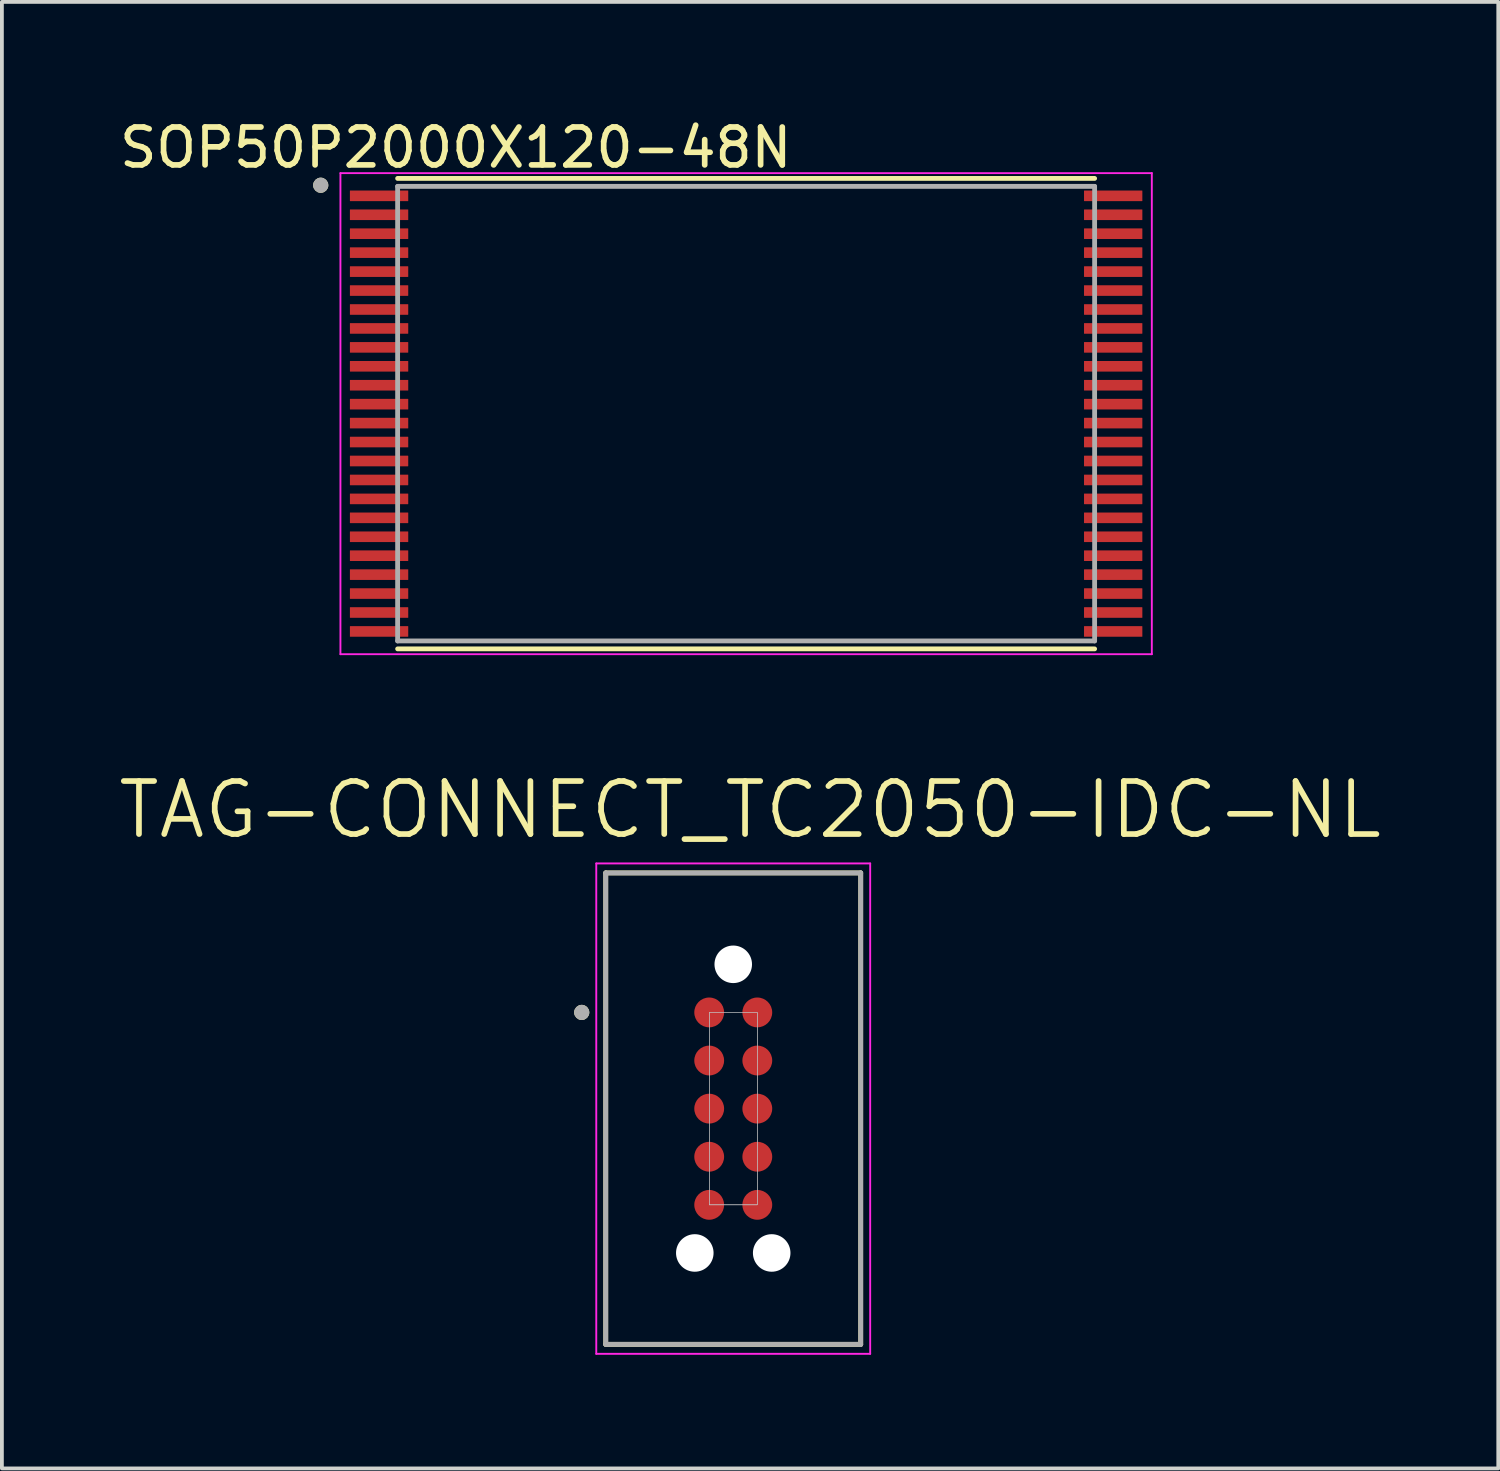
<source format=kicad_pcb>
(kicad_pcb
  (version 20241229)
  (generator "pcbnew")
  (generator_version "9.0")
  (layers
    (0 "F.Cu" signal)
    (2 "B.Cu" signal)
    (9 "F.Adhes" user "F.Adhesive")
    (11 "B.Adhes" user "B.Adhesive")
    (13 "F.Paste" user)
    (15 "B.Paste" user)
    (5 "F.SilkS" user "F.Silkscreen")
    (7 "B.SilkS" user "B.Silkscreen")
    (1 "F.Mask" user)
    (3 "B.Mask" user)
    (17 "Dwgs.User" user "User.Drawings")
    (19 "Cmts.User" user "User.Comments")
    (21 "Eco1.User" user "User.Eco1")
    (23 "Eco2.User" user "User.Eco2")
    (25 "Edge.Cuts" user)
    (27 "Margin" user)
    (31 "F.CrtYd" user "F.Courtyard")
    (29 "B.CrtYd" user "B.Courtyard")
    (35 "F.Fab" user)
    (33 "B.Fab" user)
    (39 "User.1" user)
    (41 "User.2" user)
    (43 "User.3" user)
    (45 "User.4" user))
  (footprint "TAG-CONNECT_TC2050-IDC-NL"
    (layer "F.Cu")
    (at 15.672 23.677)
    (property "Reference" "TAG-CONNECT_TC2050-IDC-NL" (at 1.08 -5.349 0) (layer "F.SilkS") (effects (font (size 1.4 1.4) (thickness 0.15))))
    (attr smd)
    (fp_line (start -2.731 -3.683) (end 4 -3.683) (stroke (width 0.127) (type solid)) (layer "F.SilkS"))
    (fp_line (start -2.731 8.763) (end -2.731 -3.683) (stroke (width 0.127) (type solid)) (layer "F.SilkS"))
    (fp_line (start 4 -3.683) (end 4 8.763) (stroke (width 0.127) (type solid)) (layer "F.SilkS"))
    (fp_line (start 4 8.763) (end -2.731 8.763) (stroke (width 0.127) (type solid)) (layer "F.SilkS"))
    (fp_circle (center -3.365 0) (end -3.265 0) (stroke (width 0.2) (type solid)) (fill no) (layer "F.SilkS"))
    (fp_poly (pts (xy 0 0) (xy 1.27 0) (xy 1.27 5.08) (xy 0 5.08)) (stroke (width 0.01) (type solid)) (fill no) (layer "Dwgs.User"))
    (fp_poly (pts (xy 0 0) (xy 1.27 0) (xy 1.27 5.08) (xy 0 5.08)) (stroke (width 0.01) (type solid)) (fill no) (layer "Dwgs.User"))
    (fp_poly (pts (xy 0 0) (xy 1.27 0) (xy 1.27 5.08) (xy 0 5.08)) (stroke (width 0.01) (type solid)) (fill no) (layer "Dwgs.User"))
    (fp_line (start -2.981 -3.933) (end 4.25 -3.933) (stroke (width 0.05) (type solid)) (layer "F.CrtYd"))
    (fp_line (start -2.981 9.013) (end -2.981 -3.933) (stroke (width 0.05) (type solid)) (layer "F.CrtYd"))
    (fp_line (start 4.25 -3.933) (end 4.25 9.013) (stroke (width 0.05) (type solid)) (layer "F.CrtYd"))
    (fp_line (start 4.25 9.013) (end -2.981 9.013) (stroke (width 0.05) (type solid)) (layer "F.CrtYd"))
    (fp_line (start -2.731 -3.683) (end 4 -3.683) (stroke (width 0.127) (type solid)) (layer "F.Fab"))
    (fp_line (start -2.731 8.763) (end -2.731 -3.683) (stroke (width 0.127) (type solid)) (layer "F.Fab"))
    (fp_line (start 4 -3.683) (end 4 8.763) (stroke (width 0.127) (type solid)) (layer "F.Fab"))
    (fp_line (start 4 8.763) (end -2.731 8.763) (stroke (width 0.127) (type solid)) (layer "F.Fab"))
    (fp_circle (center -3.365 0) (end -3.265 0) (stroke (width 0.2) (type solid)) (fill no) (layer "F.Fab"))
    (pad "" np_thru_hole circle (at -0.38 6.35) (size 0.991 0.991) (drill 0.991) (layers "*.Cu" "*.Mask"))
    (pad "" np_thru_hole circle (at 0.635 -1.27) (size 0.991 0.991) (drill 0.991) (layers "*.Cu" "*.Mask"))
    (pad "" np_thru_hole circle (at 1.65 6.35) (size 0.991 0.991) (drill 0.991) (layers "*.Cu" "*.Mask"))
    (pad "1" smd circle (at 0 0 270) (size 0.787 0.787) (layers "F.Cu" "F.Mask"))
    (pad "2" smd circle (at 1.27 0 90) (size 0.787 0.787) (layers "F.Cu" "F.Mask"))
    (pad "3" smd circle (at 0 1.27 270) (size 0.787 0.787) (layers "F.Cu" "F.Mask"))
    (pad "4" smd circle (at 1.27 1.27 90) (size 0.787 0.787) (layers "F.Cu" "F.Mask"))
    (pad "5" smd circle (at 0 2.54 270) (size 0.787 0.787) (layers "F.Cu" "F.Mask"))
    (pad "6" smd circle (at 1.27 2.54 90) (size 0.787 0.787) (layers "F.Cu" "F.Mask"))
    (pad "7" smd circle (at 0 3.81 270) (size 0.787 0.787) (layers "F.Cu" "F.Mask"))
    (pad "8" smd circle (at 1.27 3.81 90) (size 0.787 0.787) (layers "F.Cu" "F.Mask"))
    (pad "9" smd circle (at 0 5.08 270) (size 0.787 0.787) (layers "F.Cu" "F.Mask"))
    (pad "10" smd circle (at 1.27 5.08 90) (size 0.787 0.787) (layers "F.Cu" "F.Mask")))
  (footprint "SOP50P2000X120-48N"
    (layer "F.Cu")
    (at 16.647 7.87)
    (property "Reference" "SOP50P2000X120-48N" (at -7.665 -7.022 0) (layer "F.SilkS") (effects (font (size 1 1) (thickness 0.15))))
    (attr smd)
    (fp_line (start -9.2 -6.21) (end 9.2 -6.21) (stroke (width 0.127) (type solid)) (layer "F.SilkS"))
    (fp_line (start -9.2 6.21) (end 9.2 6.21) (stroke (width 0.127) (type solid)) (layer "F.SilkS"))
    (fp_circle (center -11.23 -6.03) (end -11.13 -6.03) (stroke (width 0.2) (type solid)) (fill no) (layer "F.SilkS"))
    (fp_line (start -10.71 -6.35) (end -10.71 6.35) (stroke (width 0.05) (type solid)) (layer "F.CrtYd"))
    (fp_line (start -10.71 -6.35) (end 10.71 -6.35) (stroke (width 0.05) (type solid)) (layer "F.CrtYd"))
    (fp_line (start -10.71 6.35) (end 10.71 6.35) (stroke (width 0.05) (type solid)) (layer "F.CrtYd"))
    (fp_line (start 10.71 -6.35) (end 10.71 6.35) (stroke (width 0.05) (type solid)) (layer "F.CrtYd"))
    (fp_line (start -9.2 -6) (end -9.2 6) (stroke (width 0.127) (type solid)) (layer "F.Fab"))
    (fp_line (start -9.2 -6) (end 9.2 -6) (stroke (width 0.127) (type solid)) (layer "F.Fab"))
    (fp_line (start -9.2 6) (end 9.2 6) (stroke (width 0.127) (type solid)) (layer "F.Fab"))
    (fp_line (start 9.2 -6) (end 9.2 6) (stroke (width 0.127) (type solid)) (layer "F.Fab"))
    (fp_circle (center -11.23 -6.03) (end -11.13 -6.03) (stroke (width 0.2) (type solid)) (fill no) (layer "F.Fab"))
    (pad "1" smd roundrect (at -9.69 -5.75) (size 1.54 0.28) (layers "F.Cu" "F.Mask" "F.Paste") (roundrect_rratio 0.03))
    (pad "2" smd roundrect (at -9.69 -5.25) (size 1.54 0.28) (layers "F.Cu" "F.Mask" "F.Paste") (roundrect_rratio 0.03))
    (pad "3" smd roundrect (at -9.69 -4.75) (size 1.54 0.28) (layers "F.Cu" "F.Mask" "F.Paste") (roundrect_rratio 0.03))
    (pad "4" smd roundrect (at -9.69 -4.25) (size 1.54 0.28) (layers "F.Cu" "F.Mask" "F.Paste") (roundrect_rratio 0.03))
    (pad "5" smd roundrect (at -9.69 -3.75) (size 1.54 0.28) (layers "F.Cu" "F.Mask" "F.Paste") (roundrect_rratio 0.03))
    (pad "6" smd roundrect (at -9.69 -3.25) (size 1.54 0.28) (layers "F.Cu" "F.Mask" "F.Paste") (roundrect_rratio 0.03))
    (pad "7" smd roundrect (at -9.69 -2.75) (size 1.54 0.28) (layers "F.Cu" "F.Mask" "F.Paste") (roundrect_rratio 0.03))
    (pad "8" smd roundrect (at -9.69 -2.25) (size 1.54 0.28) (layers "F.Cu" "F.Mask" "F.Paste") (roundrect_rratio 0.03))
    (pad "9" smd roundrect (at -9.69 -1.75) (size 1.54 0.28) (layers "F.Cu" "F.Mask" "F.Paste") (roundrect_rratio 0.03))
    (pad "10" smd roundrect (at -9.69 -1.25) (size 1.54 0.28) (layers "F.Cu" "F.Mask" "F.Paste") (roundrect_rratio 0.03))
    (pad "11" smd roundrect (at -9.69 -0.75) (size 1.54 0.28) (layers "F.Cu" "F.Mask" "F.Paste") (roundrect_rratio 0.03))
    (pad "12" smd roundrect (at -9.69 -0.25) (size 1.54 0.28) (layers "F.Cu" "F.Mask" "F.Paste") (roundrect_rratio 0.03))
    (pad "13" smd roundrect (at -9.69 0.25) (size 1.54 0.28) (layers "F.Cu" "F.Mask" "F.Paste") (roundrect_rratio 0.03))
    (pad "14" smd roundrect (at -9.69 0.75) (size 1.54 0.28) (layers "F.Cu" "F.Mask" "F.Paste") (roundrect_rratio 0.03))
    (pad "15" smd roundrect (at -9.69 1.25) (size 1.54 0.28) (layers "F.Cu" "F.Mask" "F.Paste") (roundrect_rratio 0.03))
    (pad "16" smd roundrect (at -9.69 1.75) (size 1.54 0.28) (layers "F.Cu" "F.Mask" "F.Paste") (roundrect_rratio 0.03))
    (pad "17" smd roundrect (at -9.69 2.25) (size 1.54 0.28) (layers "F.Cu" "F.Mask" "F.Paste") (roundrect_rratio 0.03))
    (pad "18" smd roundrect (at -9.69 2.75) (size 1.54 0.28) (layers "F.Cu" "F.Mask" "F.Paste") (roundrect_rratio 0.03))
    (pad "19" smd roundrect (at -9.69 3.25) (size 1.54 0.28) (layers "F.Cu" "F.Mask" "F.Paste") (roundrect_rratio 0.03))
    (pad "20" smd roundrect (at -9.69 3.75) (size 1.54 0.28) (layers "F.Cu" "F.Mask" "F.Paste") (roundrect_rratio 0.03))
    (pad "21" smd roundrect (at -9.69 4.25) (size 1.54 0.28) (layers "F.Cu" "F.Mask" "F.Paste") (roundrect_rratio 0.03))
    (pad "22" smd roundrect (at -9.69 4.75) (size 1.54 0.28) (layers "F.Cu" "F.Mask" "F.Paste") (roundrect_rratio 0.03))
    (pad "23" smd roundrect (at -9.69 5.25) (size 1.54 0.28) (layers "F.Cu" "F.Mask" "F.Paste") (roundrect_rratio 0.03))
    (pad "24" smd roundrect (at -9.69 5.75) (size 1.54 0.28) (layers "F.Cu" "F.Mask" "F.Paste") (roundrect_rratio 0.03))
    (pad "25" smd roundrect (at 9.69 5.75) (size 1.54 0.28) (layers "F.Cu" "F.Mask" "F.Paste") (roundrect_rratio 0.03))
    (pad "26" smd roundrect (at 9.69 5.25) (size 1.54 0.28) (layers "F.Cu" "F.Mask" "F.Paste") (roundrect_rratio 0.03))
    (pad "27" smd roundrect (at 9.69 4.75) (size 1.54 0.28) (layers "F.Cu" "F.Mask" "F.Paste") (roundrect_rratio 0.03))
    (pad "28" smd roundrect (at 9.69 4.25) (size 1.54 0.28) (layers "F.Cu" "F.Mask" "F.Paste") (roundrect_rratio 0.03))
    (pad "29" smd roundrect (at 9.69 3.75) (size 1.54 0.28) (layers "F.Cu" "F.Mask" "F.Paste") (roundrect_rratio 0.03))
    (pad "30" smd roundrect (at 9.69 3.25) (size 1.54 0.28) (layers "F.Cu" "F.Mask" "F.Paste") (roundrect_rratio 0.03))
    (pad "31" smd roundrect (at 9.69 2.75) (size 1.54 0.28) (layers "F.Cu" "F.Mask" "F.Paste") (roundrect_rratio 0.03))
    (pad "32" smd roundrect (at 9.69 2.25) (size 1.54 0.28) (layers "F.Cu" "F.Mask" "F.Paste") (roundrect_rratio 0.03))
    (pad "33" smd roundrect (at 9.69 1.75) (size 1.54 0.28) (layers "F.Cu" "F.Mask" "F.Paste") (roundrect_rratio 0.03))
    (pad "34" smd roundrect (at 9.69 1.25) (size 1.54 0.28) (layers "F.Cu" "F.Mask" "F.Paste") (roundrect_rratio 0.03))
    (pad "35" smd roundrect (at 9.69 0.75) (size 1.54 0.28) (layers "F.Cu" "F.Mask" "F.Paste") (roundrect_rratio 0.03))
    (pad "36" smd roundrect (at 9.69 0.25) (size 1.54 0.28) (layers "F.Cu" "F.Mask" "F.Paste") (roundrect_rratio 0.03))
    (pad "37" smd roundrect (at 9.69 -0.25) (size 1.54 0.28) (layers "F.Cu" "F.Mask" "F.Paste") (roundrect_rratio 0.03))
    (pad "38" smd roundrect (at 9.69 -0.75) (size 1.54 0.28) (layers "F.Cu" "F.Mask" "F.Paste") (roundrect_rratio 0.03))
    (pad "39" smd roundrect (at 9.69 -1.25) (size 1.54 0.28) (layers "F.Cu" "F.Mask" "F.Paste") (roundrect_rratio 0.03))
    (pad "40" smd roundrect (at 9.69 -1.75) (size 1.54 0.28) (layers "F.Cu" "F.Mask" "F.Paste") (roundrect_rratio 0.03))
    (pad "41" smd roundrect (at 9.69 -2.25) (size 1.54 0.28) (layers "F.Cu" "F.Mask" "F.Paste") (roundrect_rratio 0.03))
    (pad "42" smd roundrect (at 9.69 -2.75) (size 1.54 0.28) (layers "F.Cu" "F.Mask" "F.Paste") (roundrect_rratio 0.03))
    (pad "43" smd roundrect (at 9.69 -3.25) (size 1.54 0.28) (layers "F.Cu" "F.Mask" "F.Paste") (roundrect_rratio 0.03))
    (pad "44" smd roundrect (at 9.69 -3.75) (size 1.54 0.28) (layers "F.Cu" "F.Mask" "F.Paste") (roundrect_rratio 0.03))
    (pad "45" smd roundrect (at 9.69 -4.25) (size 1.54 0.28) (layers "F.Cu" "F.Mask" "F.Paste") (roundrect_rratio 0.03))
    (pad "46" smd roundrect (at 9.69 -4.75) (size 1.54 0.28) (layers "F.Cu" "F.Mask" "F.Paste") (roundrect_rratio 0.03))
    (pad "47" smd roundrect (at 9.69 -5.25) (size 1.54 0.28) (layers "F.Cu" "F.Mask" "F.Paste") (roundrect_rratio 0.03))
    (pad "48" smd roundrect (at 9.69 -5.75) (size 1.54 0.28) (layers "F.Cu" "F.Mask" "F.Paste") (roundrect_rratio 0.03)))
  (gr_rect
    (start -3 -3)
    (end 36.503 35.715)
    (stroke (width 0.1) (type default))
    (fill no)
    (layer "Edge.Cuts")))
</source>
